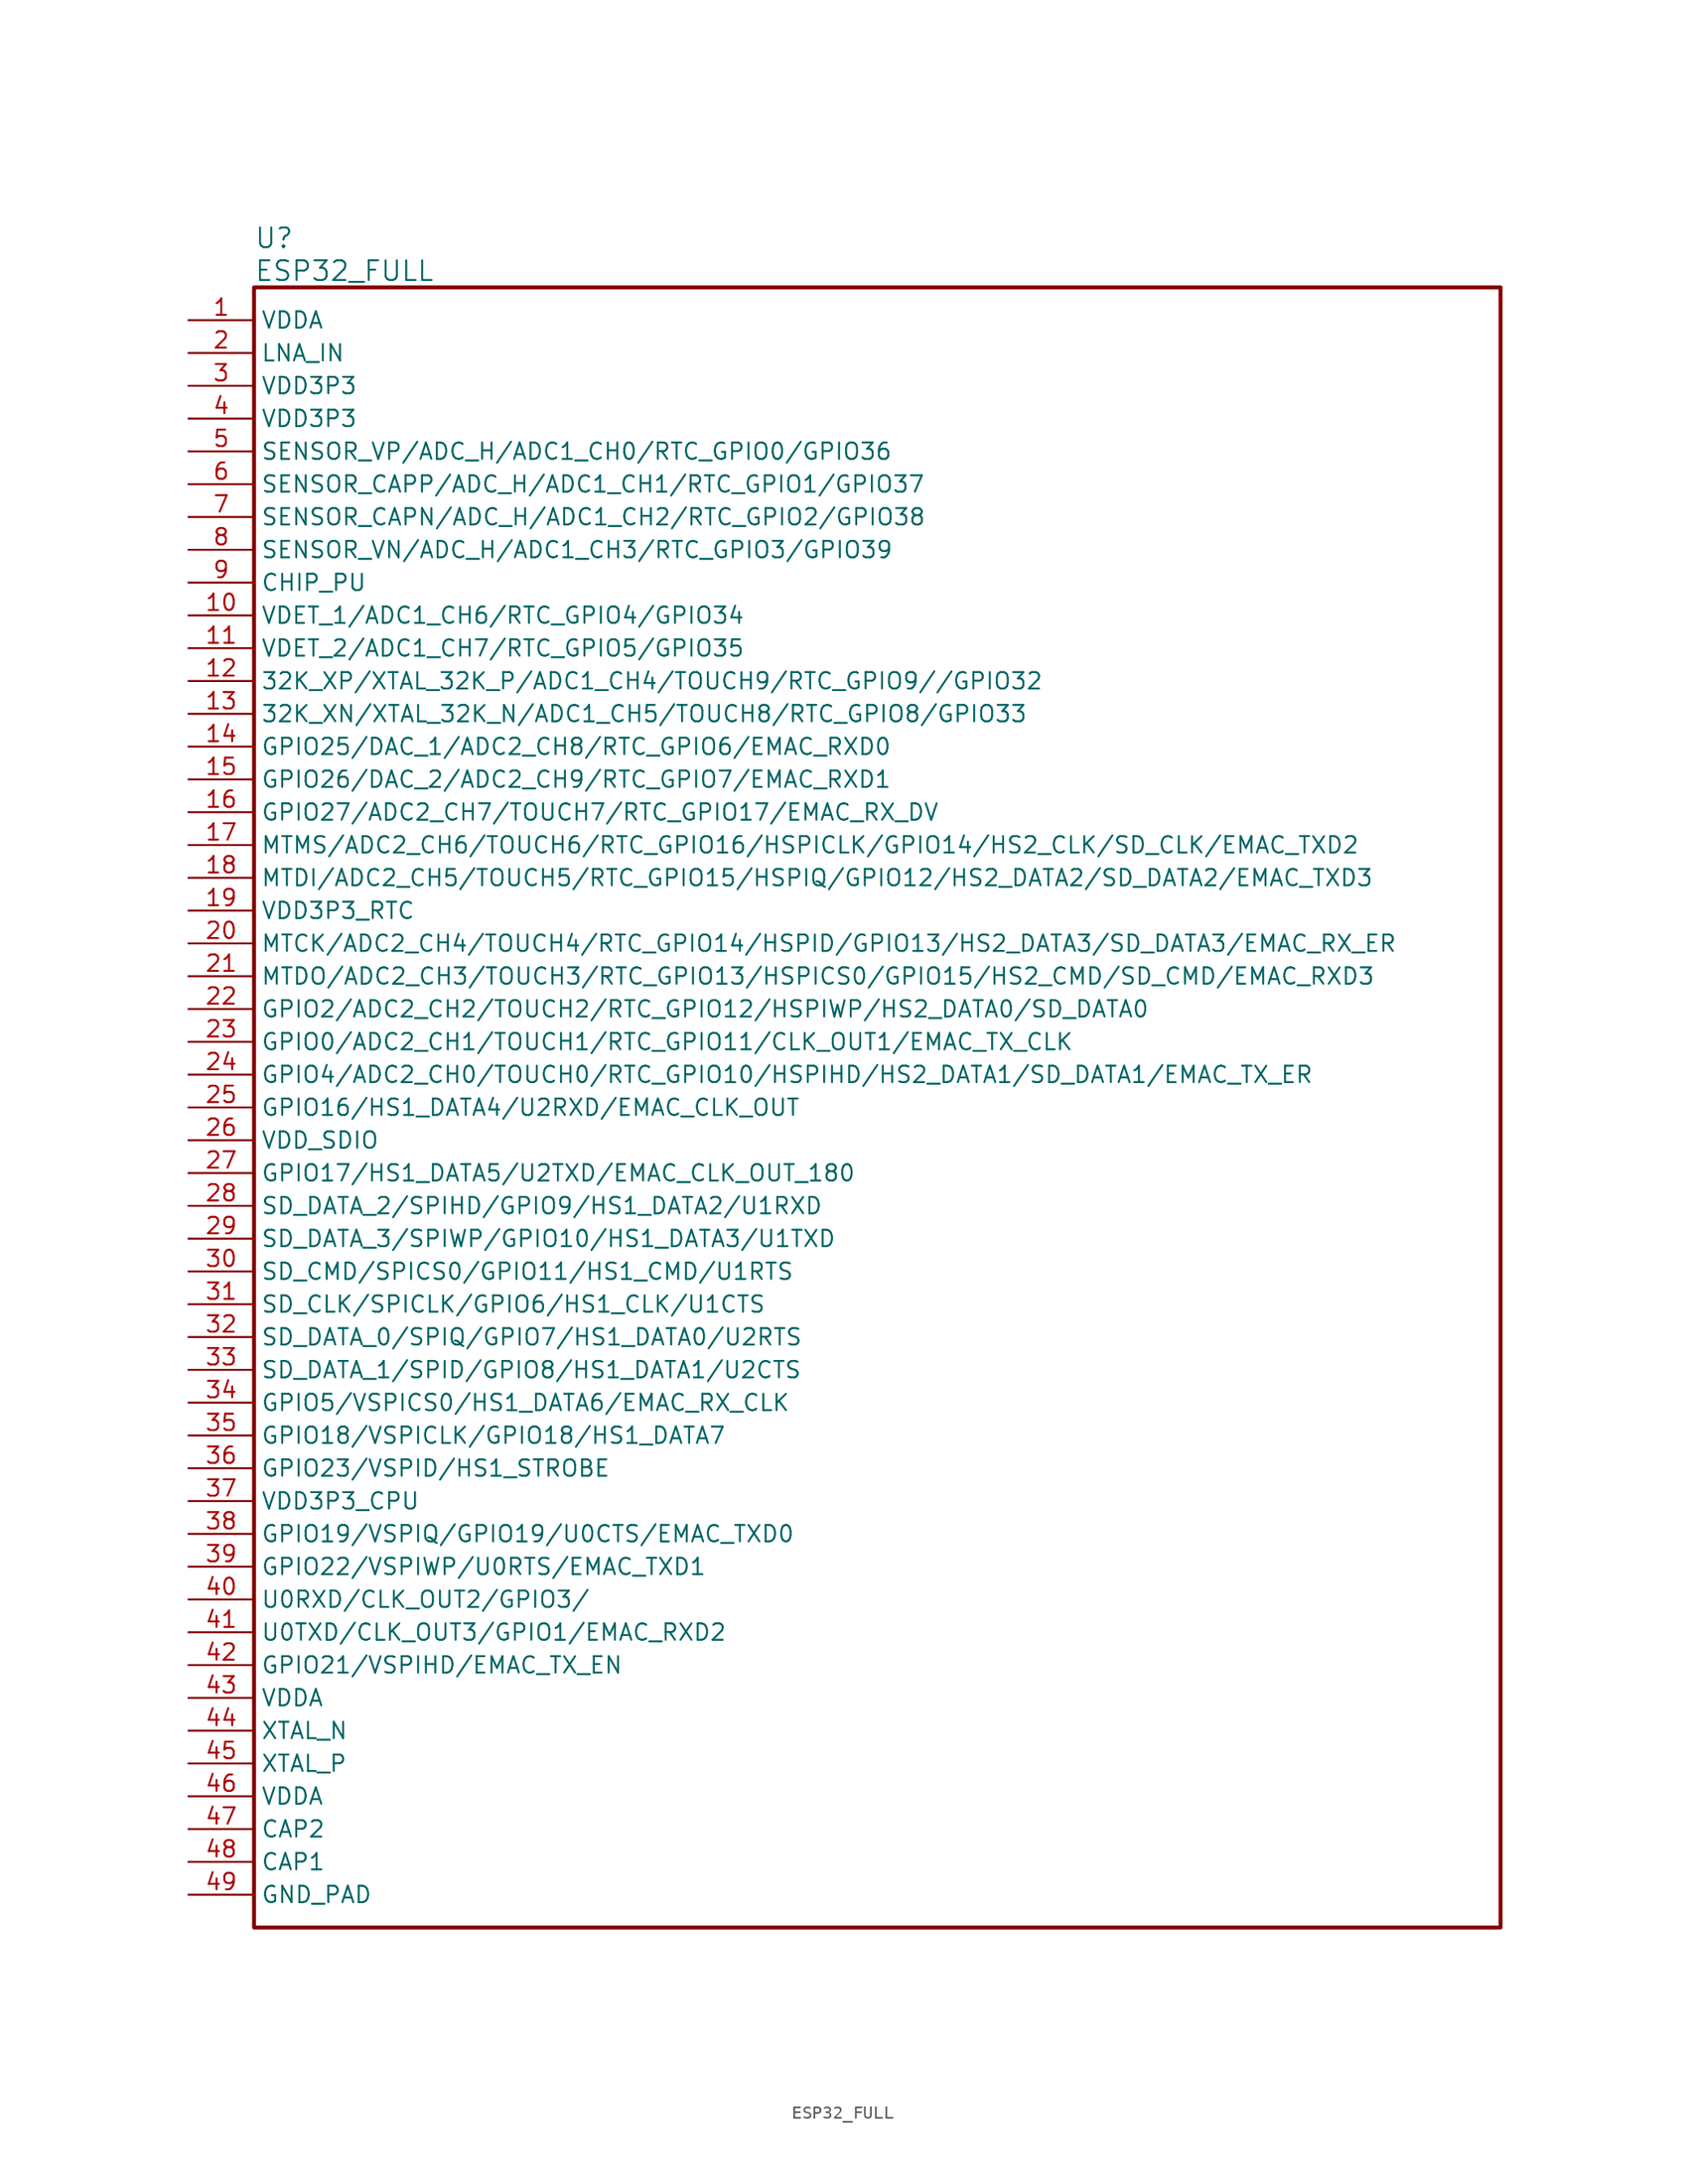
<source format=kicad_sym>
(kicad_symbol_lib
  (version 20201005)
  (generator kicad_symbol_editor)
  (symbol "Zimprich:ESP32_FULL"
    (property "Reference" "U"
      (at 5.08 6.35 0)
      (effects (font (size 1.524 1.524)) (justify left)))
    (property "Value" "ESP32_FULL"
      (at 5.08 3.81 0)
      (effects (font (size 1.524 1.524)) (justify left)))
    (property "ki_locked" ""
      (at 0 0 0)
      (effects (font (size 1.27 1.27))))
    (symbol "ESP32_FULL_1_1"
      (rectangle (start 5.08 2.54) (end 101.6 -124.46) (stroke (width 0.305)) (fill (type none)))
      (pin power_in line (at 0 0 0) (length 5.08) (name "VDDA" (effects (font (size 1.27 1.27)))) (number "1" (effects (font (size 1.27 1.27)))))
      (pin input line (at 0 -22.86 0) (length 5.08) (name "VDET_1/ADC1_CH6/RTC_GPIO4/GPIO34" (effects (font (size 1.27 1.27)))) (number "10" (effects (font (size 1.27 1.27)))))
      (pin input line (at 0 -25.4 0) (length 5.08) (name "VDET_2/ADC1_CH7/RTC_GPIO5/GPIO35" (effects (font (size 1.27 1.27)))) (number "11" (effects (font (size 1.27 1.27)))))
      (pin bidirectional line (at 0 -27.94 0) (length 5.08) (name "32K_XP/XTAL_32K_P/ADC1_CH4/TOUCH9/RTC_GPIO9//GPIO32" (effects (font (size 1.27 1.27)))) (number "12" (effects (font (size 1.27 1.27)))))
      (pin bidirectional line (at 0 -30.48 0) (length 5.08) (name "32K_XN/XTAL_32K_N/ADC1_CH5/TOUCH8/RTC_GPIO8/GPIO33" (effects (font (size 1.27 1.27)))) (number "13" (effects (font (size 1.27 1.27)))))
      (pin bidirectional line (at 0 -33.02 0) (length 5.08) (name "GPIO25/DAC_1/ADC2_CH8/RTC_GPIO6/EMAC_RXD0" (effects (font (size 1.27 1.27)))) (number "14" (effects (font (size 1.27 1.27)))))
      (pin bidirectional line (at 0 -35.56 0) (length 5.08) (name "GPIO26/DAC_2/ADC2_CH9/RTC_GPIO7/EMAC_RXD1" (effects (font (size 1.27 1.27)))) (number "15" (effects (font (size 1.27 1.27)))))
      (pin bidirectional line (at 0 -38.1 0) (length 5.08) (name "GPIO27/ADC2_CH7/TOUCH7/RTC_GPIO17/EMAC_RX_DV" (effects (font (size 1.27 1.27)))) (number "16" (effects (font (size 1.27 1.27)))))
      (pin bidirectional line (at 0 -40.64 0) (length 5.08) (name "MTMS/ADC2_CH6/TOUCH6/RTC_GPIO16/HSPICLK/GPIO14/HS2_CLK/SD_CLK/EMAC_TXD2" (effects (font (size 1.27 1.27)))) (number "17" (effects (font (size 1.27 1.27)))))
      (pin bidirectional line (at 0 -43.18 0) (length 5.08) (name "MTDI/ADC2_CH5/TOUCH5/RTC_GPIO15/HSPIQ/GPIO12/HS2_DATA2/SD_DATA2/EMAC_TXD3" (effects (font (size 1.27 1.27)))) (number "18" (effects (font (size 1.27 1.27)))))
      (pin power_in line (at 0 -45.72 0) (length 5.08) (name "VDD3P3_RTC" (effects (font (size 1.27 1.27)))) (number "19" (effects (font (size 1.27 1.27)))))
      (pin unspecified line (at 0 -2.54 0) (length 5.08) (name "LNA_IN" (effects (font (size 1.27 1.27)))) (number "2" (effects (font (size 1.27 1.27)))))
      (pin bidirectional line (at 0 -48.26 0) (length 5.08) (name "MTCK/ADC2_CH4/TOUCH4/RTC_GPIO14/HSPID/GPIO13/HS2_DATA3/SD_DATA3/EMAC_RX_ER" (effects (font (size 1.27 1.27)))) (number "20" (effects (font (size 1.27 1.27)))))
      (pin bidirectional line (at 0 -50.8 0) (length 5.08) (name "MTDO/ADC2_CH3/TOUCH3/RTC_GPIO13/HSPICS0/GPIO15/HS2_CMD/SD_CMD/EMAC_RXD3" (effects (font (size 1.27 1.27)))) (number "21" (effects (font (size 1.27 1.27)))))
      (pin bidirectional line (at 0 -53.34 0) (length 5.08) (name "GPIO2/ADC2_CH2/TOUCH2/RTC_GPIO12/HSPIWP/HS2_DATA0/SD_DATA0" (effects (font (size 1.27 1.27)))) (number "22" (effects (font (size 1.27 1.27)))))
      (pin bidirectional line (at 0 -55.88 0) (length 5.08) (name "GPIO0/ADC2_CH1/TOUCH1/RTC_GPIO11/CLK_OUT1/EMAC_TX_CLK" (effects (font (size 1.27 1.27)))) (number "23" (effects (font (size 1.27 1.27)))))
      (pin bidirectional line (at 0 -58.42 0) (length 5.08) (name "GPIO4/ADC2_CH0/TOUCH0/RTC_GPIO10/HSPIHD/HS2_DATA1/SD_DATA1/EMAC_TX_ER" (effects (font (size 1.27 1.27)))) (number "24" (effects (font (size 1.27 1.27)))))
      (pin bidirectional line (at 0 -60.96 0) (length 5.08) (name "GPIO16/HS1_DATA4/U2RXD/EMAC_CLK_OUT" (effects (font (size 1.27 1.27)))) (number "25" (effects (font (size 1.27 1.27)))))
      (pin power_in line (at 0 -63.5 0) (length 5.08) (name "VDD_SDIO" (effects (font (size 1.27 1.27)))) (number "26" (effects (font (size 1.27 1.27)))))
      (pin bidirectional line (at 0 -66.04 0) (length 5.08) (name "GPIO17/HS1_DATA5/U2TXD/EMAC_CLK_OUT_180" (effects (font (size 1.27 1.27)))) (number "27" (effects (font (size 1.27 1.27)))))
      (pin bidirectional line (at 0 -68.58 0) (length 5.08) (name "SD_DATA_2/SPIHD/GPIO9/HS1_DATA2/U1RXD" (effects (font (size 1.27 1.27)))) (number "28" (effects (font (size 1.27 1.27)))))
      (pin bidirectional line (at 0 -71.12 0) (length 5.08) (name "SD_DATA_3/SPIWP/GPIO10/HS1_DATA3/U1TXD" (effects (font (size 1.27 1.27)))) (number "29" (effects (font (size 1.27 1.27)))))
      (pin power_in line (at 0 -5.08 0) (length 5.08) (name "VDD3P3" (effects (font (size 1.27 1.27)))) (number "3" (effects (font (size 1.27 1.27)))))
      (pin bidirectional line (at 0 -73.66 0) (length 5.08) (name "SD_CMD/SPICS0/GPIO11/HS1_CMD/U1RTS" (effects (font (size 1.27 1.27)))) (number "30" (effects (font (size 1.27 1.27)))))
      (pin bidirectional line (at 0 -76.2 0) (length 5.08) (name "SD_CLK/SPICLK/GPIO6/HS1_CLK/U1CTS" (effects (font (size 1.27 1.27)))) (number "31" (effects (font (size 1.27 1.27)))))
      (pin bidirectional line (at 0 -78.74 0) (length 5.08) (name "SD_DATA_0/SPIQ/GPIO7/HS1_DATA0/U2RTS" (effects (font (size 1.27 1.27)))) (number "32" (effects (font (size 1.27 1.27)))))
      (pin bidirectional line (at 0 -81.28 0) (length 5.08) (name "SD_DATA_1/SPID/GPIO8/HS1_DATA1/U2CTS" (effects (font (size 1.27 1.27)))) (number "33" (effects (font (size 1.27 1.27)))))
      (pin bidirectional line (at 0 -83.82 0) (length 5.08) (name "GPIO5/VSPICS0/HS1_DATA6/EMAC_RX_CLK" (effects (font (size 1.27 1.27)))) (number "34" (effects (font (size 1.27 1.27)))))
      (pin bidirectional line (at 0 -86.36 0) (length 5.08) (name "GPIO18/VSPICLK/GPIO18/HS1_DATA7" (effects (font (size 1.27 1.27)))) (number "35" (effects (font (size 1.27 1.27)))))
      (pin bidirectional line (at 0 -88.9 0) (length 5.08) (name "GPIO23/VSPID/HS1_STROBE" (effects (font (size 1.27 1.27)))) (number "36" (effects (font (size 1.27 1.27)))))
      (pin power_in line (at 0 -91.44 0) (length 5.08) (name "VDD3P3_CPU" (effects (font (size 1.27 1.27)))) (number "37" (effects (font (size 1.27 1.27)))))
      (pin bidirectional line (at 0 -93.98 0) (length 5.08) (name "GPIO19/VSPIQ/GPIO19/U0CTS/EMAC_TXD0" (effects (font (size 1.27 1.27)))) (number "38" (effects (font (size 1.27 1.27)))))
      (pin bidirectional line (at 0 -96.52 0) (length 5.08) (name "GPIO22/VSPIWP/U0RTS/EMAC_TXD1" (effects (font (size 1.27 1.27)))) (number "39" (effects (font (size 1.27 1.27)))))
      (pin power_in line (at 0 -7.62 0) (length 5.08) (name "VDD3P3" (effects (font (size 1.27 1.27)))) (number "4" (effects (font (size 1.27 1.27)))))
      (pin bidirectional line (at 0 -99.06 0) (length 5.08) (name "U0RXD/CLK_OUT2/GPIO3/" (effects (font (size 1.27 1.27)))) (number "40" (effects (font (size 1.27 1.27)))))
      (pin bidirectional line (at 0 -101.6 0) (length 5.08) (name "U0TXD/CLK_OUT3/GPIO1/EMAC_RXD2" (effects (font (size 1.27 1.27)))) (number "41" (effects (font (size 1.27 1.27)))))
      (pin bidirectional line (at 0 -104.14 0) (length 5.08) (name "GPIO21/VSPIHD/EMAC_TX_EN" (effects (font (size 1.27 1.27)))) (number "42" (effects (font (size 1.27 1.27)))))
      (pin power_in line (at 0 -106.68 0) (length 5.08) (name "VDDA" (effects (font (size 1.27 1.27)))) (number "43" (effects (font (size 1.27 1.27)))))
      (pin passive line (at 0 -109.22 0) (length 5.08) (name "XTAL_N" (effects (font (size 1.27 1.27)))) (number "44" (effects (font (size 1.27 1.27)))))
      (pin passive line (at 0 -111.76 0) (length 5.08) (name "XTAL_P" (effects (font (size 1.27 1.27)))) (number "45" (effects (font (size 1.27 1.27)))))
      (pin power_in line (at 0 -114.3 0) (length 5.08) (name "VDDA" (effects (font (size 1.27 1.27)))) (number "46" (effects (font (size 1.27 1.27)))))
      (pin passive line (at 0 -116.84 0) (length 5.08) (name "CAP2" (effects (font (size 1.27 1.27)))) (number "47" (effects (font (size 1.27 1.27)))))
      (pin passive line (at 0 -119.38 0) (length 5.08) (name "CAP1" (effects (font (size 1.27 1.27)))) (number "48" (effects (font (size 1.27 1.27)))))
      (pin power_in line (at 0 -121.92 0) (length 5.08) (name "GND_PAD" (effects (font (size 1.27 1.27)))) (number "49" (effects (font (size 1.27 1.27)))))
      (pin input line (at 0 -10.16 0) (length 5.08) (name "SENSOR_VP/ADC_H/ADC1_CH0/RTC_GPIO0/GPIO36" (effects (font (size 1.27 1.27)))) (number "5" (effects (font (size 1.27 1.27)))))
      (pin input line (at 0 -12.7 0) (length 5.08) (name "SENSOR_CAPP/ADC_H/ADC1_CH1/RTC_GPIO1/GPIO37" (effects (font (size 1.27 1.27)))) (number "6" (effects (font (size 1.27 1.27)))))
      (pin input line (at 0 -15.24 0) (length 5.08) (name "SENSOR_CAPN/ADC_H/ADC1_CH2/RTC_GPIO2/GPIO38" (effects (font (size 1.27 1.27)))) (number "7" (effects (font (size 1.27 1.27)))))
      (pin input line (at 0 -17.78 0) (length 5.08) (name "SENSOR_VN/ADC_H/ADC1_CH3/RTC_GPIO3/GPIO39" (effects (font (size 1.27 1.27)))) (number "8" (effects (font (size 1.27 1.27)))))
      (pin input line (at 0 -20.32 0) (length 5.08) (name "CHIP_PU" (effects (font (size 1.27 1.27)))) (number "9" (effects (font (size 1.27 1.27))))))))
</source>
